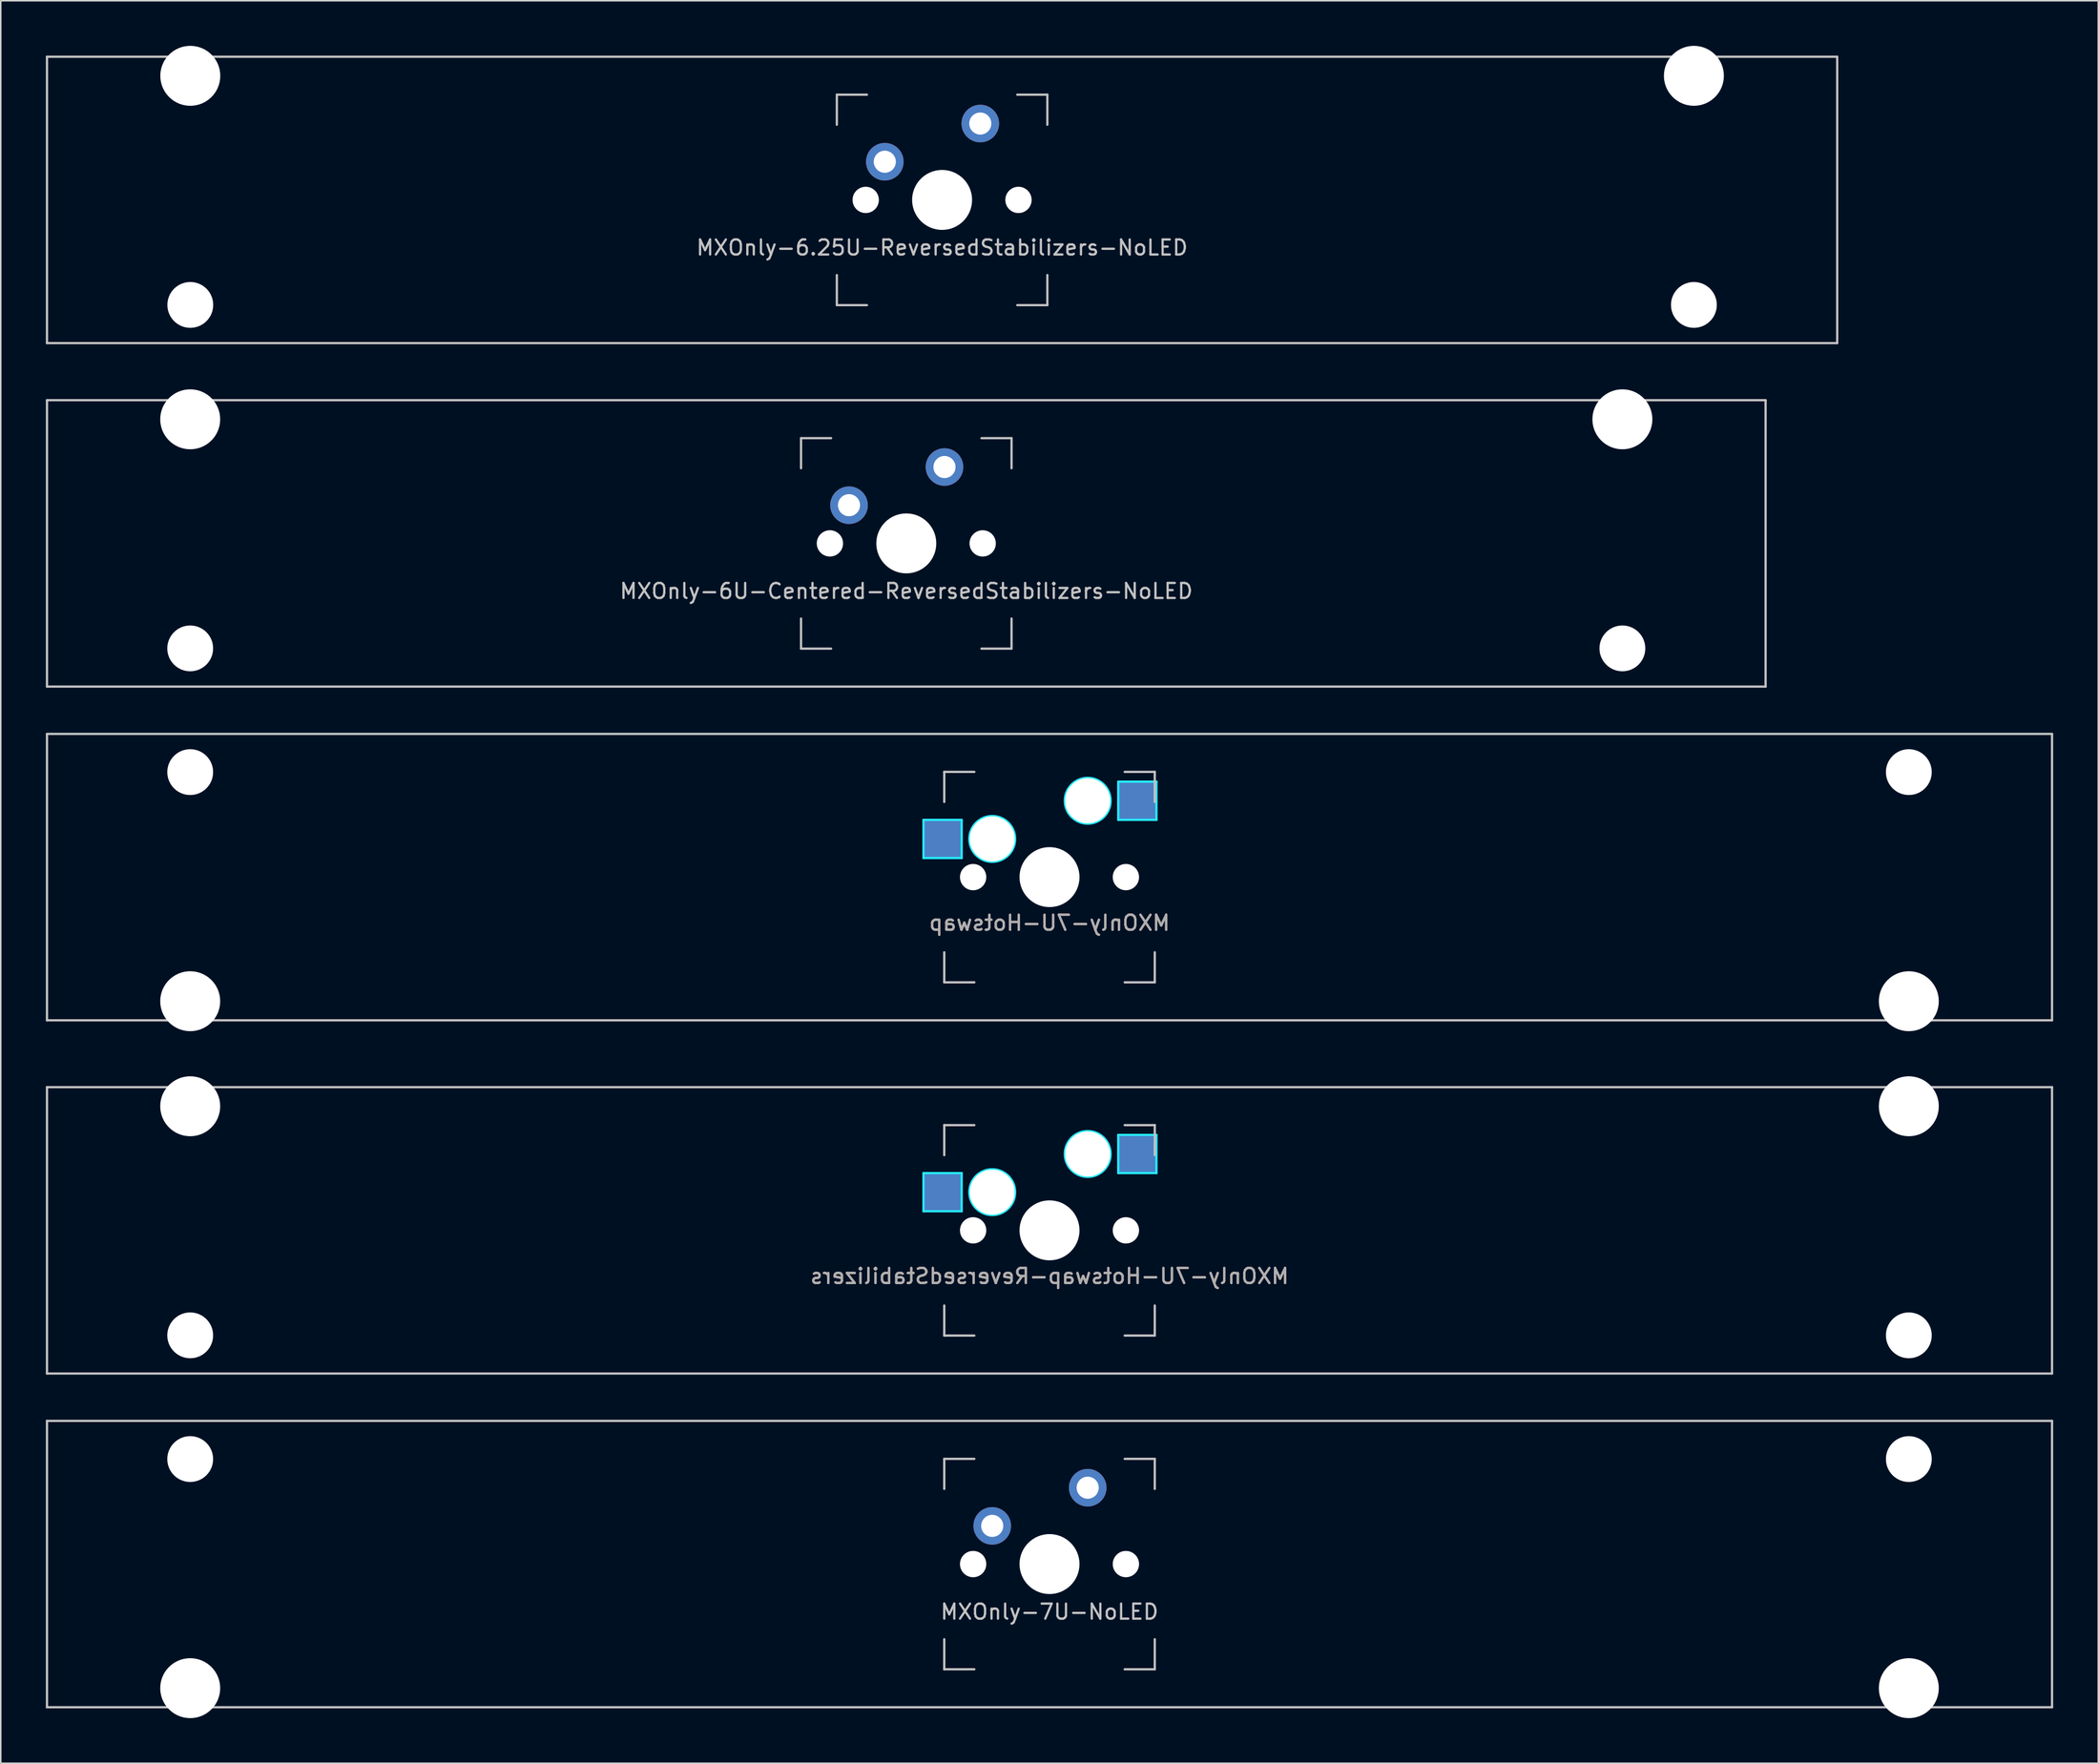
<source format=kicad_pcb>
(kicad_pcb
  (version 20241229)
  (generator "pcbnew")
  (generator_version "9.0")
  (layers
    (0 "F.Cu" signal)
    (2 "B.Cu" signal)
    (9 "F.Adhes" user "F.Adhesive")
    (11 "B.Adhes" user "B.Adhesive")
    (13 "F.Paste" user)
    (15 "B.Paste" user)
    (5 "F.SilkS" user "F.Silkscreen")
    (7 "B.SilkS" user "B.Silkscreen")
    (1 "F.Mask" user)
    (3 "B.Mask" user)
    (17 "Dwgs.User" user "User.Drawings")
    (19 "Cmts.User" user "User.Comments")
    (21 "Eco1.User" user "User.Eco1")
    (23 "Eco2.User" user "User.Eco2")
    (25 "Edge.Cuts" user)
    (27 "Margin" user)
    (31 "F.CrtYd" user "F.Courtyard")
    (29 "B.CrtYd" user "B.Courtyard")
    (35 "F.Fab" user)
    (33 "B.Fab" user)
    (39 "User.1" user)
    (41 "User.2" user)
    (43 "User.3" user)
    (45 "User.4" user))
  (footprint "MXOnly-7U-Hotswap-ReversedStabilizers"
    (layer "F.Cu")
    (at 66.75 78.796)
    (property "Reference" "MXOnly-7U-Hotswap-ReversedStabilizers" (at 0 3.048 0) (layer "F.Fab") (effects (font (size 1 1) (thickness 0.15)) (justify mirror)))
    (attr smd)
    (fp_line (start -66.675 -9.525) (end 66.675 -9.525) (stroke (width 0.15) (type solid)) (layer "Dwgs.User"))
    (fp_line (start -66.675 9.525) (end -66.675 -9.525) (stroke (width 0.15) (type solid)) (layer "Dwgs.User"))
    (fp_line (start -7 -7) (end -7 -5) (stroke (width 0.15) (type solid)) (layer "Dwgs.User"))
    (fp_line (start -7 5) (end -7 7) (stroke (width 0.15) (type solid)) (layer "Dwgs.User"))
    (fp_line (start -7 7) (end -5 7) (stroke (width 0.15) (type solid)) (layer "Dwgs.User"))
    (fp_line (start -5 -7) (end -7 -7) (stroke (width 0.15) (type solid)) (layer "Dwgs.User"))
    (fp_line (start 5 -7) (end 7 -7) (stroke (width 0.15) (type solid)) (layer "Dwgs.User"))
    (fp_line (start 5 7) (end 7 7) (stroke (width 0.15) (type solid)) (layer "Dwgs.User"))
    (fp_line (start 7 -7) (end 7 -5) (stroke (width 0.15) (type solid)) (layer "Dwgs.User"))
    (fp_line (start 7 7) (end 7 5) (stroke (width 0.15) (type solid)) (layer "Dwgs.User"))
    (fp_line (start 66.675 -9.525) (end 66.675 9.525) (stroke (width 0.15) (type solid)) (layer "Dwgs.User"))
    (fp_line (start 66.675 9.525) (end -66.675 9.525) (stroke (width 0.15) (type solid)) (layer "Dwgs.User"))
    (fp_line (start -8.382 -3.81) (end -5.842 -3.81) (stroke (width 0.15) (type solid)) (layer "B.CrtYd"))
    (fp_line (start -8.382 -1.27) (end -8.382 -3.81) (stroke (width 0.15) (type solid)) (layer "B.CrtYd"))
    (fp_line (start -5.842 -3.81) (end -5.842 -1.27) (stroke (width 0.15) (type solid)) (layer "B.CrtYd"))
    (fp_line (start -5.842 -1.27) (end -8.382 -1.27) (stroke (width 0.15) (type solid)) (layer "B.CrtYd"))
    (fp_line (start 4.572 -6.35) (end 7.112 -6.35) (stroke (width 0.15) (type solid)) (layer "B.CrtYd"))
    (fp_line (start 4.572 -3.81) (end 4.572 -6.35) (stroke (width 0.15) (type solid)) (layer "B.CrtYd"))
    (fp_line (start 7.112 -6.35) (end 7.112 -3.81) (stroke (width 0.15) (type solid)) (layer "B.CrtYd"))
    (fp_line (start 7.112 -3.81) (end 4.572 -3.81) (stroke (width 0.15) (type solid)) (layer "B.CrtYd"))
    (fp_circle (center -3.81 -2.54) (end -3.81 -4.064) (stroke (width 0.15) (type solid)) (fill no) (layer "B.CrtYd"))
    (fp_circle (center 2.54 -5.08) (end 2.54 -6.604) (stroke (width 0.15) (type solid)) (fill no) (layer "B.CrtYd"))
    (fp_text user "${REFERENCE}" (at 0 3.048 0) (layer "B.SilkS") (effects (font (size 1 1) (thickness 0.15)) (justify mirror)))
    (pad "" np_thru_hole circle (at -57.15 -8.255) (size 3.988 3.988) (drill 3.988) (layers "*.Cu" "*.Mask"))
    (pad "" np_thru_hole circle (at -57.15 6.985) (size 3.048 3.048) (drill 3.048) (layers "*.Cu" "*.Mask"))
    (pad "" np_thru_hole circle (at -5.08 0 48.1) (size 1.75 1.75) (drill 1.75) (layers "*.Cu" "*.Mask"))
    (pad "" np_thru_hole circle (at -3.81 -2.54) (size 3 3) (drill 3) (layers "*.Cu" "*.Mask"))
    (pad "" np_thru_hole circle (at 0 0) (size 3.988 3.988) (drill 3.988) (layers "*.Cu" "*.Mask"))
    (pad "" np_thru_hole circle (at 2.54 -5.08) (size 3 3) (drill 3) (layers "*.Cu" "*.Mask"))
    (pad "" np_thru_hole circle (at 5.08 0 48.1) (size 1.75 1.75) (drill 1.75) (layers "*.Cu" "*.Mask"))
    (pad "" np_thru_hole circle (at 57.15 -8.255) (size 3.988 3.988) (drill 3.988) (layers "*.Cu" "*.Mask"))
    (pad "" np_thru_hole circle (at 57.15 6.985) (size 3.048 3.048) (drill 3.048) (layers "*.Cu" "*.Mask"))
    (pad "1" smd rect (at -7.085 -2.54) (size 2.55 2.5) (layers "B.Cu" "B.Mask" "B.Paste"))
    (pad "2" smd rect (at 5.842 -5.08) (size 2.55 2.5) (layers "B.Cu" "B.Mask" "B.Paste")))
  (footprint "MXOnly-6.25U-ReversedStabilizers-NoLED"
    (layer "F.Cu")
    (at 59.606 10.249)
    (property "Reference" "MXOnly-6.25U-ReversedStabilizers-NoLED" (at 0 3.175 0) (layer "Dwgs.User") (effects (font (size 1 1) (thickness 0.15))))
    (attr through_hole)
    (fp_line (start -59.531 -9.525) (end 59.531 -9.525) (stroke (width 0.15) (type solid)) (layer "Dwgs.User"))
    (fp_line (start -59.531 9.525) (end -59.531 -9.525) (stroke (width 0.15) (type solid)) (layer "Dwgs.User"))
    (fp_line (start -59.531 9.525) (end 59.531 9.525) (stroke (width 0.15) (type solid)) (layer "Dwgs.User"))
    (fp_line (start -7 -7) (end -7 -5) (stroke (width 0.15) (type solid)) (layer "Dwgs.User"))
    (fp_line (start -7 5) (end -7 7) (stroke (width 0.15) (type solid)) (layer "Dwgs.User"))
    (fp_line (start -7 7) (end -5 7) (stroke (width 0.15) (type solid)) (layer "Dwgs.User"))
    (fp_line (start -5 -7) (end -7 -7) (stroke (width 0.15) (type solid)) (layer "Dwgs.User"))
    (fp_line (start 5 -7) (end 7 -7) (stroke (width 0.15) (type solid)) (layer "Dwgs.User"))
    (fp_line (start 5 7) (end 7 7) (stroke (width 0.15) (type solid)) (layer "Dwgs.User"))
    (fp_line (start 7 -7) (end 7 -5) (stroke (width 0.15) (type solid)) (layer "Dwgs.User"))
    (fp_line (start 7 7) (end 7 5) (stroke (width 0.15) (type solid)) (layer "Dwgs.User"))
    (fp_line (start 59.531 -9.525) (end 59.531 9.525) (stroke (width 0.15) (type solid)) (layer "Dwgs.User"))
    (pad "" np_thru_hole circle (at -50 -8.255) (size 3.988 3.988) (drill 3.988) (layers "*.Cu" "*.Mask"))
    (pad "" np_thru_hole circle (at -50 6.985) (size 3.048 3.048) (drill 3.048) (layers "*.Cu" "*.Mask"))
    (pad "" np_thru_hole circle (at -5.08 0 48.1) (size 1.75 1.75) (drill 1.75) (layers "*.Cu" "*.Mask"))
    (pad "" np_thru_hole circle (at 0 0) (size 3.988 3.988) (drill 3.988) (layers "*.Cu" "*.Mask"))
    (pad "" np_thru_hole circle (at 5.08 0 48.1) (size 1.75 1.75) (drill 1.75) (layers "*.Cu" "*.Mask"))
    (pad "" np_thru_hole circle (at 50 -8.255) (size 3.988 3.988) (drill 3.988) (layers "*.Cu" "*.Mask"))
    (pad "" np_thru_hole circle (at 50 6.985) (size 3.048 3.048) (drill 3.048) (layers "*.Cu" "*.Mask"))
    (pad "1" thru_hole circle (at -3.81 -2.54) (size 2.5 2.5) (drill 1.47) (layers "*.Cu" "*.Mask"))
    (pad "2" thru_hole circle (at 2.54 -5.08) (size 2.5 2.5) (drill 1.47) (layers "*.Cu" "*.Mask")))
  (footprint "MXOnly-7U-NoLED"
    (layer "F.Cu")
    (at 66.75 100.996)
    (property "Reference" "MXOnly-7U-NoLED" (at 0 3.175 0) (layer "Dwgs.User") (effects (font (size 1 1) (thickness 0.15))))
    (attr through_hole)
    (fp_line (start -66.675 -9.525) (end 66.675 -9.525) (stroke (width 0.15) (type solid)) (layer "Dwgs.User"))
    (fp_line (start -66.675 9.525) (end -66.675 -9.525) (stroke (width 0.15) (type solid)) (layer "Dwgs.User"))
    (fp_line (start -66.675 9.525) (end 66.675 9.525) (stroke (width 0.15) (type solid)) (layer "Dwgs.User"))
    (fp_line (start -7 -7) (end -7 -5) (stroke (width 0.15) (type solid)) (layer "Dwgs.User"))
    (fp_line (start -7 5) (end -7 7) (stroke (width 0.15) (type solid)) (layer "Dwgs.User"))
    (fp_line (start -7 7) (end -5 7) (stroke (width 0.15) (type solid)) (layer "Dwgs.User"))
    (fp_line (start -5 -7) (end -7 -7) (stroke (width 0.15) (type solid)) (layer "Dwgs.User"))
    (fp_line (start 5 -7) (end 7 -7) (stroke (width 0.15) (type solid)) (layer "Dwgs.User"))
    (fp_line (start 5 7) (end 7 7) (stroke (width 0.15) (type solid)) (layer "Dwgs.User"))
    (fp_line (start 7 -7) (end 7 -5) (stroke (width 0.15) (type solid)) (layer "Dwgs.User"))
    (fp_line (start 7 7) (end 7 5) (stroke (width 0.15) (type solid)) (layer "Dwgs.User"))
    (fp_line (start 66.675 -9.525) (end 66.675 9.525) (stroke (width 0.15) (type solid)) (layer "Dwgs.User"))
    (pad "" np_thru_hole circle (at -57.15 -6.985) (size 3.048 3.048) (drill 3.048) (layers "*.Cu" "*.Mask"))
    (pad "" np_thru_hole circle (at -57.15 8.255) (size 3.988 3.988) (drill 3.988) (layers "*.Cu" "*.Mask"))
    (pad "" np_thru_hole circle (at -5.08 0 48.1) (size 1.75 1.75) (drill 1.75) (layers "*.Cu" "*.Mask"))
    (pad "" np_thru_hole circle (at 0 0) (size 3.988 3.988) (drill 3.988) (layers "*.Cu" "*.Mask"))
    (pad "" np_thru_hole circle (at 5.08 0 48.1) (size 1.75 1.75) (drill 1.75) (layers "*.Cu" "*.Mask"))
    (pad "" np_thru_hole circle (at 57.15 -6.985) (size 3.048 3.048) (drill 3.048) (layers "*.Cu" "*.Mask"))
    (pad "" np_thru_hole circle (at 57.15 8.255) (size 3.988 3.988) (drill 3.988) (layers "*.Cu" "*.Mask"))
    (pad "1" thru_hole circle (at -3.81 -2.54) (size 2.5 2.5) (drill 1.47) (layers "*.Cu" "*.Mask"))
    (pad "2" thru_hole circle (at 2.54 -5.08) (size 2.5 2.5) (drill 1.47) (layers "*.Cu" "*.Mask")))
  (footprint "MXOnly-6U-Centered-ReversedStabilizers-NoLED"
    (layer "F.Cu")
    (at 57.225 33.098)
    (property "Reference" "MXOnly-6U-Centered-ReversedStabilizers-NoLED" (at 0 3.175 0) (layer "Dwgs.User") (effects (font (size 1 1) (thickness 0.15))))
    (attr through_hole)
    (fp_line (start -57.15 -9.525) (end 57.15 -9.525) (stroke (width 0.15) (type solid)) (layer "Dwgs.User"))
    (fp_line (start -57.15 9.525) (end -57.15 -9.525) (stroke (width 0.15) (type solid)) (layer "Dwgs.User"))
    (fp_line (start -57.15 9.525) (end 57.15 9.525) (stroke (width 0.15) (type solid)) (layer "Dwgs.User"))
    (fp_line (start -7 -7) (end -7 -5) (stroke (width 0.15) (type solid)) (layer "Dwgs.User"))
    (fp_line (start -7 5) (end -7 7) (stroke (width 0.15) (type solid)) (layer "Dwgs.User"))
    (fp_line (start -7 7) (end -5 7) (stroke (width 0.15) (type solid)) (layer "Dwgs.User"))
    (fp_line (start -5 -7) (end -7 -7) (stroke (width 0.15) (type solid)) (layer "Dwgs.User"))
    (fp_line (start 5 -7) (end 7 -7) (stroke (width 0.15) (type solid)) (layer "Dwgs.User"))
    (fp_line (start 5 7) (end 7 7) (stroke (width 0.15) (type solid)) (layer "Dwgs.User"))
    (fp_line (start 7 -7) (end 7 -5) (stroke (width 0.15) (type solid)) (layer "Dwgs.User"))
    (fp_line (start 7 7) (end 7 5) (stroke (width 0.15) (type solid)) (layer "Dwgs.User"))
    (fp_line (start 57.15 -9.525) (end 57.15 9.525) (stroke (width 0.15) (type solid)) (layer "Dwgs.User"))
    (pad "" np_thru_hole circle (at -47.625 -8.255) (size 3.988 3.988) (drill 3.988) (layers "*.Cu" "*.Mask"))
    (pad "" np_thru_hole circle (at -47.625 6.985) (size 3.048 3.048) (drill 3.048) (layers "*.Cu" "*.Mask"))
    (pad "" np_thru_hole circle (at -5.08 0 48.1) (size 1.75 1.75) (drill 1.75) (layers "*.Cu" "*.Mask"))
    (pad "" np_thru_hole circle (at 0 0) (size 3.988 3.988) (drill 3.988) (layers "*.Cu" "*.Mask"))
    (pad "" np_thru_hole circle (at 5.08 0 48.1) (size 1.75 1.75) (drill 1.75) (layers "*.Cu" "*.Mask"))
    (pad "" np_thru_hole circle (at 47.625 -8.255) (size 3.988 3.988) (drill 3.988) (layers "*.Cu" "*.Mask"))
    (pad "" np_thru_hole circle (at 47.625 6.985) (size 3.048 3.048) (drill 3.048) (layers "*.Cu" "*.Mask"))
    (pad "1" thru_hole circle (at -3.81 -2.54) (size 2.5 2.5) (drill 1.47) (layers "*.Cu" "*.Mask"))
    (pad "2" thru_hole circle (at 2.54 -5.08) (size 2.5 2.5) (drill 1.47) (layers "*.Cu" "*.Mask")))
  (footprint "MXOnly-7U-Hotswap"
    (layer "F.Cu")
    (at 66.75 55.298)
    (property "Reference" "MXOnly-7U-Hotswap" (at 0 3.048 0) (layer "F.Fab") (effects (font (size 1 1) (thickness 0.15)) (justify mirror)))
    (attr smd)
    (fp_line (start -66.675 -9.525) (end 66.675 -9.525) (stroke (width 0.15) (type solid)) (layer "Dwgs.User"))
    (fp_line (start -66.675 9.525) (end -66.675 -9.525) (stroke (width 0.15) (type solid)) (layer "Dwgs.User"))
    (fp_line (start -7 -7) (end -7 -5) (stroke (width 0.15) (type solid)) (layer "Dwgs.User"))
    (fp_line (start -7 5) (end -7 7) (stroke (width 0.15) (type solid)) (layer "Dwgs.User"))
    (fp_line (start -7 7) (end -5 7) (stroke (width 0.15) (type solid)) (layer "Dwgs.User"))
    (fp_line (start -5 -7) (end -7 -7) (stroke (width 0.15) (type solid)) (layer "Dwgs.User"))
    (fp_line (start 5 -7) (end 7 -7) (stroke (width 0.15) (type solid)) (layer "Dwgs.User"))
    (fp_line (start 5 7) (end 7 7) (stroke (width 0.15) (type solid)) (layer "Dwgs.User"))
    (fp_line (start 7 -7) (end 7 -5) (stroke (width 0.15) (type solid)) (layer "Dwgs.User"))
    (fp_line (start 7 7) (end 7 5) (stroke (width 0.15) (type solid)) (layer "Dwgs.User"))
    (fp_line (start 66.675 -9.525) (end 66.675 9.525) (stroke (width 0.15) (type solid)) (layer "Dwgs.User"))
    (fp_line (start 66.675 9.525) (end -66.675 9.525) (stroke (width 0.15) (type solid)) (layer "Dwgs.User"))
    (fp_line (start -8.382 -3.81) (end -5.842 -3.81) (stroke (width 0.15) (type solid)) (layer "B.CrtYd"))
    (fp_line (start -8.382 -1.27) (end -8.382 -3.81) (stroke (width 0.15) (type solid)) (layer "B.CrtYd"))
    (fp_line (start -5.842 -3.81) (end -5.842 -1.27) (stroke (width 0.15) (type solid)) (layer "B.CrtYd"))
    (fp_line (start -5.842 -1.27) (end -8.382 -1.27) (stroke (width 0.15) (type solid)) (layer "B.CrtYd"))
    (fp_line (start 4.572 -6.35) (end 7.112 -6.35) (stroke (width 0.15) (type solid)) (layer "B.CrtYd"))
    (fp_line (start 4.572 -3.81) (end 4.572 -6.35) (stroke (width 0.15) (type solid)) (layer "B.CrtYd"))
    (fp_line (start 7.112 -6.35) (end 7.112 -3.81) (stroke (width 0.15) (type solid)) (layer "B.CrtYd"))
    (fp_line (start 7.112 -3.81) (end 4.572 -3.81) (stroke (width 0.15) (type solid)) (layer "B.CrtYd"))
    (fp_circle (center -3.81 -2.54) (end -3.81 -4.064) (stroke (width 0.15) (type solid)) (fill no) (layer "B.CrtYd"))
    (fp_circle (center 2.54 -5.08) (end 2.54 -6.604) (stroke (width 0.15) (type solid)) (fill no) (layer "B.CrtYd"))
    (fp_text user "${REFERENCE}" (at 0 3.048 0) (layer "B.SilkS") (effects (font (size 1 1) (thickness 0.15)) (justify mirror)))
    (pad "" np_thru_hole circle (at -57.15 -6.985) (size 3.048 3.048) (drill 3.048) (layers "*.Cu" "*.Mask"))
    (pad "" np_thru_hole circle (at -57.15 8.255) (size 3.988 3.988) (drill 3.988) (layers "*.Cu" "*.Mask"))
    (pad "" np_thru_hole circle (at -5.08 0 48.1) (size 1.75 1.75) (drill 1.75) (layers "*.Cu" "*.Mask"))
    (pad "" np_thru_hole circle (at -3.81 -2.54) (size 3 3) (drill 3) (layers "*.Cu" "*.Mask"))
    (pad "" np_thru_hole circle (at 0 0) (size 3.988 3.988) (drill 3.988) (layers "*.Cu" "*.Mask"))
    (pad "" np_thru_hole circle (at 2.54 -5.08) (size 3 3) (drill 3) (layers "*.Cu" "*.Mask"))
    (pad "" np_thru_hole circle (at 5.08 0 48.1) (size 1.75 1.75) (drill 1.75) (layers "*.Cu" "*.Mask"))
    (pad "" np_thru_hole circle (at 57.15 -6.985) (size 3.048 3.048) (drill 3.048) (layers "*.Cu" "*.Mask"))
    (pad "" np_thru_hole circle (at 57.15 8.255) (size 3.988 3.988) (drill 3.988) (layers "*.Cu" "*.Mask"))
    (pad "1" smd rect (at -7.085 -2.54) (size 2.55 2.5) (layers "B.Cu" "B.Mask" "B.Paste"))
    (pad "2" smd rect (at 5.842 -5.08) (size 2.55 2.5) (layers "B.Cu" "B.Mask" "B.Paste")))
  (gr_rect
    (start -3 -3)
    (end 136.5 114.245)
    (stroke (width 0.1) (type default))
    (fill no)
    (layer "Edge.Cuts")))
</source>
